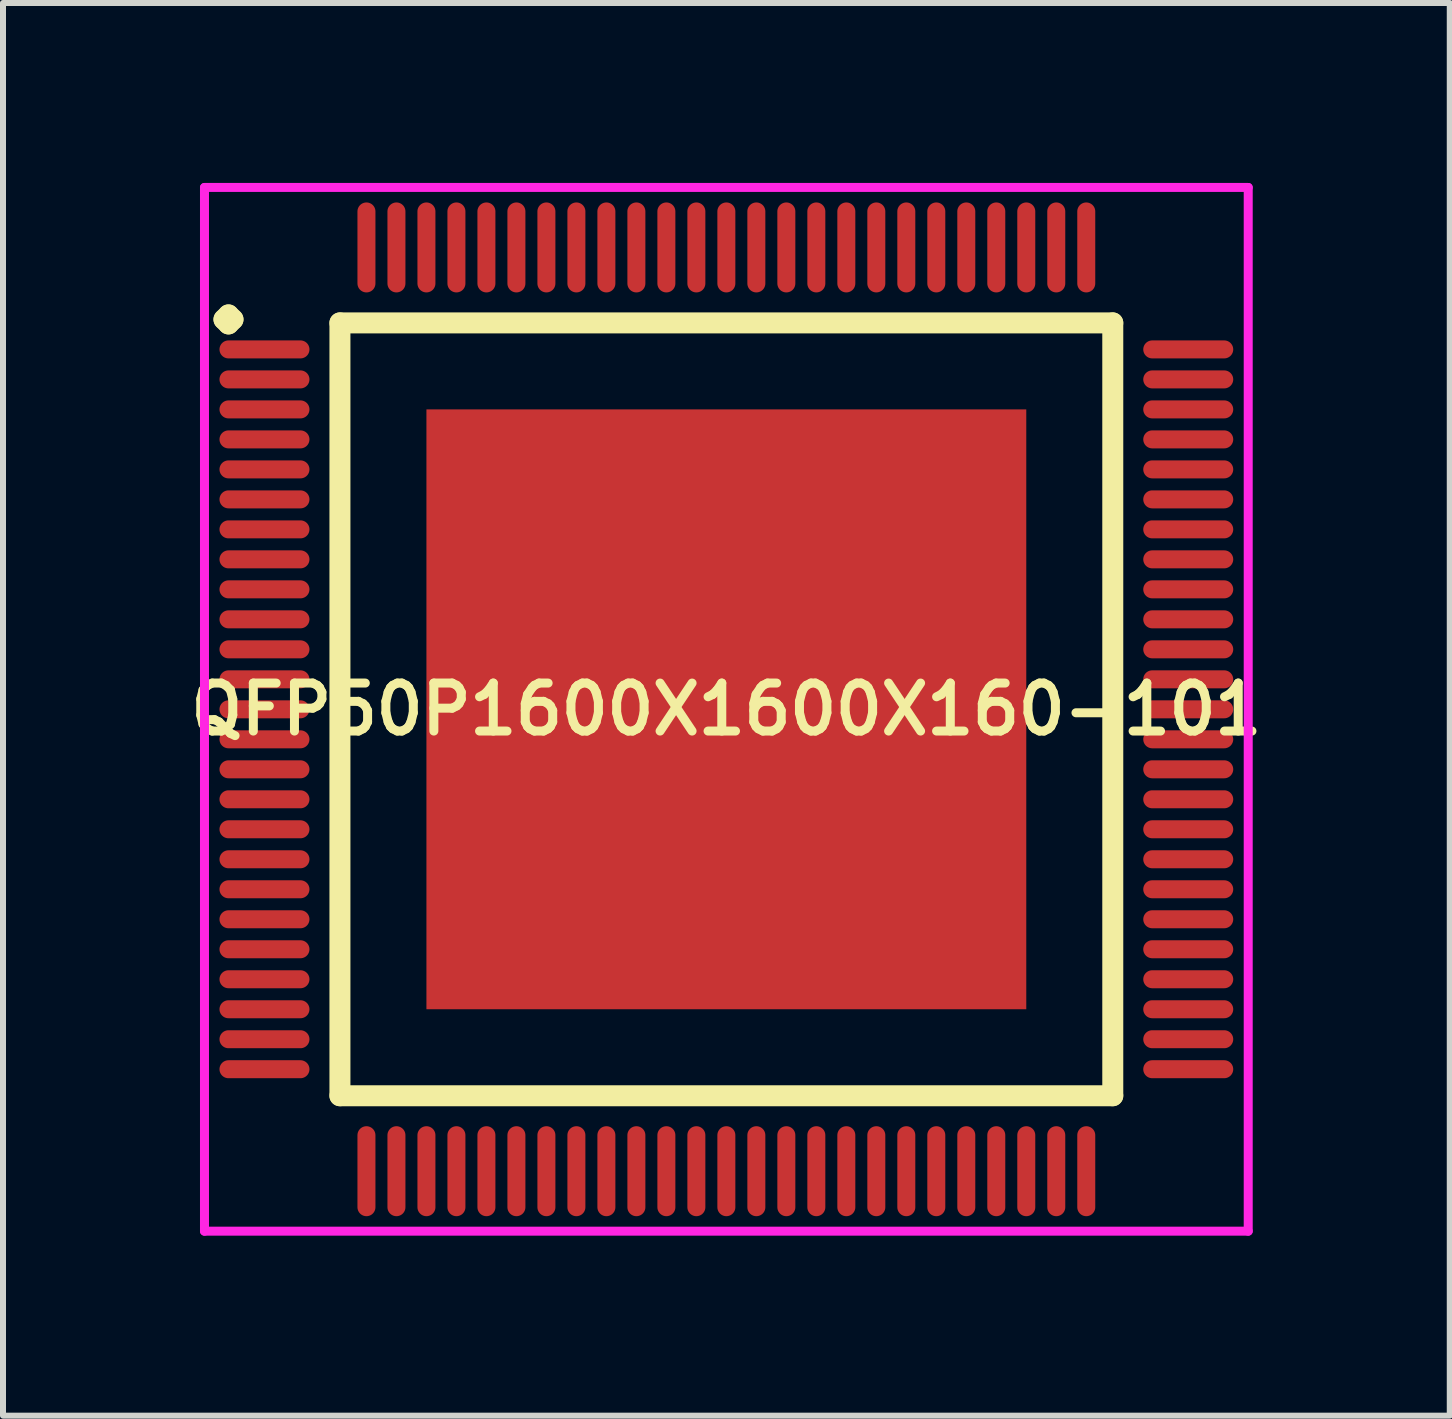
<source format=kicad_pcb>
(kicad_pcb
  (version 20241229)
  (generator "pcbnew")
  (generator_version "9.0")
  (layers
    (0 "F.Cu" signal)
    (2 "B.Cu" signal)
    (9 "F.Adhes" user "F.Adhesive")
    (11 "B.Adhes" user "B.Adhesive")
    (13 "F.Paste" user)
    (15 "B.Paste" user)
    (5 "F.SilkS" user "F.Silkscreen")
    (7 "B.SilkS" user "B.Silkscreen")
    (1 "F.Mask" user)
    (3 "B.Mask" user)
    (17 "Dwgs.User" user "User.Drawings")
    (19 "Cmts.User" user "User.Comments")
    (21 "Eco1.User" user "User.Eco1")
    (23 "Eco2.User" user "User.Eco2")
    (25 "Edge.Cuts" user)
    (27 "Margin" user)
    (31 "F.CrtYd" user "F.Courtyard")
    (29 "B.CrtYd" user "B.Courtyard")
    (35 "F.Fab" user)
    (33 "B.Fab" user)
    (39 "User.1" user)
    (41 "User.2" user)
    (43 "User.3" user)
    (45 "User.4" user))
  (footprint "QFP50P1600X1600X160-101"
    (layer "F.Cu")
    (at 9.059 8.775)
    (property "Reference" "QFP50P1600X1600X160-101" (at 0 0 0) (layer "F.SilkS") (effects (font (size 0.8 0.8) (thickness 0.15))))
    (attr smd)
    (fp_line (start -8.375 -6.5) (end -8.3 -6.575) (stroke (width 0.35) (type solid)) (layer "F.SilkS"))
    (fp_line (start -8.3 -6.575) (end -8.225 -6.5) (stroke (width 0.35) (type solid)) (layer "F.SilkS"))
    (fp_line (start -8.3 -6.425) (end -8.375 -6.5) (stroke (width 0.35) (type solid)) (layer "F.SilkS"))
    (fp_line (start -8.225 -6.5) (end -8.3 -6.425) (stroke (width 0.35) (type solid)) (layer "F.SilkS"))
    (fp_line (start -6.442 -6.442) (end -6.442 6.442) (stroke (width 0.35) (type solid)) (layer "F.SilkS"))
    (fp_line (start -6.442 6.442) (end 6.442 6.442) (stroke (width 0.35) (type solid)) (layer "F.SilkS"))
    (fp_line (start 6.442 -6.442) (end -6.442 -6.442) (stroke (width 0.35) (type solid)) (layer "F.SilkS"))
    (fp_line (start 6.442 6.442) (end 6.442 -6.442) (stroke (width 0.35) (type solid)) (layer "F.SilkS"))
    (fp_line (start -8.7 -8.7) (end 8.7 -8.7) (stroke (width 0.15) (type solid)) (layer "F.CrtYd"))
    (fp_line (start -8.7 8.7) (end -8.7 -8.7) (stroke (width 0.15) (type solid)) (layer "F.CrtYd"))
    (fp_line (start 8.7 -8.7) (end 8.7 8.7) (stroke (width 0.15) (type solid)) (layer "F.CrtYd"))
    (fp_line (start 8.7 8.7) (end -8.7 8.7) (stroke (width 0.15) (type solid)) (layer "F.CrtYd"))
    (pad "1" smd oval (at -7.7 -6) (size 1.5 0.3) (layers "F.Cu" "F.Mask" "F.Paste"))
    (pad "2" smd oval (at -7.7 -5.5) (size 1.5 0.3) (layers "F.Cu" "F.Mask" "F.Paste"))
    (pad "3" smd oval (at -7.7 -5) (size 1.5 0.3) (layers "F.Cu" "F.Mask" "F.Paste"))
    (pad "4" smd oval (at -7.7 -4.5) (size 1.5 0.3) (layers "F.Cu" "F.Mask" "F.Paste"))
    (pad "5" smd oval (at -7.7 -4) (size 1.5 0.3) (layers "F.Cu" "F.Mask" "F.Paste"))
    (pad "6" smd oval (at -7.7 -3.5) (size 1.5 0.3) (layers "F.Cu" "F.Mask" "F.Paste"))
    (pad "7" smd oval (at -7.7 -3) (size 1.5 0.3) (layers "F.Cu" "F.Mask" "F.Paste"))
    (pad "8" smd oval (at -7.7 -2.5) (size 1.5 0.3) (layers "F.Cu" "F.Mask" "F.Paste"))
    (pad "9" smd oval (at -7.7 -2) (size 1.5 0.3) (layers "F.Cu" "F.Mask" "F.Paste"))
    (pad "10" smd oval (at -7.7 -1.5) (size 1.5 0.3) (layers "F.Cu" "F.Mask" "F.Paste"))
    (pad "11" smd oval (at -7.7 -1) (size 1.5 0.3) (layers "F.Cu" "F.Mask" "F.Paste"))
    (pad "12" smd oval (at -7.7 -0.5) (size 1.5 0.3) (layers "F.Cu" "F.Mask" "F.Paste"))
    (pad "13" smd oval (at -7.7 0) (size 1.5 0.3) (layers "F.Cu" "F.Mask" "F.Paste"))
    (pad "14" smd oval (at -7.7 0.5) (size 1.5 0.3) (layers "F.Cu" "F.Mask" "F.Paste"))
    (pad "15" smd oval (at -7.7 1) (size 1.5 0.3) (layers "F.Cu" "F.Mask" "F.Paste"))
    (pad "16" smd oval (at -7.7 1.5) (size 1.5 0.3) (layers "F.Cu" "F.Mask" "F.Paste"))
    (pad "17" smd oval (at -7.7 2) (size 1.5 0.3) (layers "F.Cu" "F.Mask" "F.Paste"))
    (pad "18" smd oval (at -7.7 2.5) (size 1.5 0.3) (layers "F.Cu" "F.Mask" "F.Paste"))
    (pad "19" smd oval (at -7.7 3) (size 1.5 0.3) (layers "F.Cu" "F.Mask" "F.Paste"))
    (pad "20" smd oval (at -7.7 3.5) (size 1.5 0.3) (layers "F.Cu" "F.Mask" "F.Paste"))
    (pad "21" smd oval (at -7.7 4) (size 1.5 0.3) (layers "F.Cu" "F.Mask" "F.Paste"))
    (pad "22" smd oval (at -7.7 4.5) (size 1.5 0.3) (layers "F.Cu" "F.Mask" "F.Paste"))
    (pad "23" smd oval (at -7.7 5) (size 1.5 0.3) (layers "F.Cu" "F.Mask" "F.Paste"))
    (pad "24" smd oval (at -7.7 5.5) (size 1.5 0.3) (layers "F.Cu" "F.Mask" "F.Paste"))
    (pad "25" smd oval (at -7.7 6) (size 1.5 0.3) (layers "F.Cu" "F.Mask" "F.Paste"))
    (pad "26" smd oval (at -6 7.7) (size 0.3 1.5) (layers "F.Cu" "F.Mask" "F.Paste"))
    (pad "27" smd oval (at -5.5 7.7) (size 0.3 1.5) (layers "F.Cu" "F.Mask" "F.Paste"))
    (pad "28" smd oval (at -5 7.7) (size 0.3 1.5) (layers "F.Cu" "F.Mask" "F.Paste"))
    (pad "29" smd oval (at -4.5 7.7) (size 0.3 1.5) (layers "F.Cu" "F.Mask" "F.Paste"))
    (pad "30" smd oval (at -4 7.7) (size 0.3 1.5) (layers "F.Cu" "F.Mask" "F.Paste"))
    (pad "31" smd oval (at -3.5 7.7) (size 0.3 1.5) (layers "F.Cu" "F.Mask" "F.Paste"))
    (pad "32" smd oval (at -3 7.7) (size 0.3 1.5) (layers "F.Cu" "F.Mask" "F.Paste"))
    (pad "33" smd oval (at -2.5 7.7) (size 0.3 1.5) (layers "F.Cu" "F.Mask" "F.Paste"))
    (pad "34" smd oval (at -2 7.7) (size 0.3 1.5) (layers "F.Cu" "F.Mask" "F.Paste"))
    (pad "35" smd oval (at -1.5 7.7) (size 0.3 1.5) (layers "F.Cu" "F.Mask" "F.Paste"))
    (pad "36" smd oval (at -1 7.7) (size 0.3 1.5) (layers "F.Cu" "F.Mask" "F.Paste"))
    (pad "37" smd oval (at -0.5 7.7) (size 0.3 1.5) (layers "F.Cu" "F.Mask" "F.Paste"))
    (pad "38" smd oval (at 0 7.7) (size 0.3 1.5) (layers "F.Cu" "F.Mask" "F.Paste"))
    (pad "39" smd oval (at 0.5 7.7) (size 0.3 1.5) (layers "F.Cu" "F.Mask" "F.Paste"))
    (pad "40" smd oval (at 1 7.7) (size 0.3 1.5) (layers "F.Cu" "F.Mask" "F.Paste"))
    (pad "41" smd oval (at 1.5 7.7) (size 0.3 1.5) (layers "F.Cu" "F.Mask" "F.Paste"))
    (pad "42" smd oval (at 2 7.7) (size 0.3 1.5) (layers "F.Cu" "F.Mask" "F.Paste"))
    (pad "43" smd oval (at 2.5 7.7) (size 0.3 1.5) (layers "F.Cu" "F.Mask" "F.Paste"))
    (pad "44" smd oval (at 3 7.7) (size 0.3 1.5) (layers "F.Cu" "F.Mask" "F.Paste"))
    (pad "45" smd oval (at 3.5 7.7) (size 0.3 1.5) (layers "F.Cu" "F.Mask" "F.Paste"))
    (pad "46" smd oval (at 4 7.7) (size 0.3 1.5) (layers "F.Cu" "F.Mask" "F.Paste"))
    (pad "47" smd oval (at 4.5 7.7) (size 0.3 1.5) (layers "F.Cu" "F.Mask" "F.Paste"))
    (pad "48" smd oval (at 5 7.7) (size 0.3 1.5) (layers "F.Cu" "F.Mask" "F.Paste"))
    (pad "49" smd oval (at 5.5 7.7) (size 0.3 1.5) (layers "F.Cu" "F.Mask" "F.Paste"))
    (pad "50" smd oval (at 6 7.7) (size 0.3 1.5) (layers "F.Cu" "F.Mask" "F.Paste"))
    (pad "51" smd oval (at 7.7 6) (size 1.5 0.3) (layers "F.Cu" "F.Mask" "F.Paste"))
    (pad "52" smd oval (at 7.7 5.5) (size 1.5 0.3) (layers "F.Cu" "F.Mask" "F.Paste"))
    (pad "53" smd oval (at 7.7 5) (size 1.5 0.3) (layers "F.Cu" "F.Mask" "F.Paste"))
    (pad "54" smd oval (at 7.7 4.5) (size 1.5 0.3) (layers "F.Cu" "F.Mask" "F.Paste"))
    (pad "55" smd oval (at 7.7 4) (size 1.5 0.3) (layers "F.Cu" "F.Mask" "F.Paste"))
    (pad "56" smd oval (at 7.7 3.5) (size 1.5 0.3) (layers "F.Cu" "F.Mask" "F.Paste"))
    (pad "57" smd oval (at 7.7 3) (size 1.5 0.3) (layers "F.Cu" "F.Mask" "F.Paste"))
    (pad "58" smd oval (at 7.7 2.5) (size 1.5 0.3) (layers "F.Cu" "F.Mask" "F.Paste"))
    (pad "59" smd oval (at 7.7 2) (size 1.5 0.3) (layers "F.Cu" "F.Mask" "F.Paste"))
    (pad "60" smd oval (at 7.7 1.5) (size 1.5 0.3) (layers "F.Cu" "F.Mask" "F.Paste"))
    (pad "61" smd oval (at 7.7 1) (size 1.5 0.3) (layers "F.Cu" "F.Mask" "F.Paste"))
    (pad "62" smd oval (at 7.7 0.5) (size 1.5 0.3) (layers "F.Cu" "F.Mask" "F.Paste"))
    (pad "63" smd oval (at 7.7 0) (size 1.5 0.3) (layers "F.Cu" "F.Mask" "F.Paste"))
    (pad "64" smd oval (at 7.7 -0.5) (size 1.5 0.3) (layers "F.Cu" "F.Mask" "F.Paste"))
    (pad "65" smd oval (at 7.7 -1) (size 1.5 0.3) (layers "F.Cu" "F.Mask" "F.Paste"))
    (pad "66" smd oval (at 7.7 -1.5) (size 1.5 0.3) (layers "F.Cu" "F.Mask" "F.Paste"))
    (pad "67" smd oval (at 7.7 -2) (size 1.5 0.3) (layers "F.Cu" "F.Mask" "F.Paste"))
    (pad "68" smd oval (at 7.7 -2.5) (size 1.5 0.3) (layers "F.Cu" "F.Mask" "F.Paste"))
    (pad "69" smd oval (at 7.7 -3) (size 1.5 0.3) (layers "F.Cu" "F.Mask" "F.Paste"))
    (pad "70" smd oval (at 7.7 -3.5) (size 1.5 0.3) (layers "F.Cu" "F.Mask" "F.Paste"))
    (pad "71" smd oval (at 7.7 -4) (size 1.5 0.3) (layers "F.Cu" "F.Mask" "F.Paste"))
    (pad "72" smd oval (at 7.7 -4.5) (size 1.5 0.3) (layers "F.Cu" "F.Mask" "F.Paste"))
    (pad "73" smd oval (at 7.7 -5) (size 1.5 0.3) (layers "F.Cu" "F.Mask" "F.Paste"))
    (pad "74" smd oval (at 7.7 -5.5) (size 1.5 0.3) (layers "F.Cu" "F.Mask" "F.Paste"))
    (pad "75" smd oval (at 7.7 -6) (size 1.5 0.3) (layers "F.Cu" "F.Mask" "F.Paste"))
    (pad "76" smd oval (at 6 -7.7) (size 0.3 1.5) (layers "F.Cu" "F.Mask" "F.Paste"))
    (pad "77" smd oval (at 5.5 -7.7) (size 0.3 1.5) (layers "F.Cu" "F.Mask" "F.Paste"))
    (pad "78" smd oval (at 5 -7.7) (size 0.3 1.5) (layers "F.Cu" "F.Mask" "F.Paste"))
    (pad "79" smd oval (at 4.5 -7.7) (size 0.3 1.5) (layers "F.Cu" "F.Mask" "F.Paste"))
    (pad "80" smd oval (at 4 -7.7) (size 0.3 1.5) (layers "F.Cu" "F.Mask" "F.Paste"))
    (pad "81" smd oval (at 3.5 -7.7) (size 0.3 1.5) (layers "F.Cu" "F.Mask" "F.Paste"))
    (pad "82" smd oval (at 3 -7.7) (size 0.3 1.5) (layers "F.Cu" "F.Mask" "F.Paste"))
    (pad "83" smd oval (at 2.5 -7.7) (size 0.3 1.5) (layers "F.Cu" "F.Mask" "F.Paste"))
    (pad "84" smd oval (at 2 -7.7) (size 0.3 1.5) (layers "F.Cu" "F.Mask" "F.Paste"))
    (pad "85" smd oval (at 1.5 -7.7) (size 0.3 1.5) (layers "F.Cu" "F.Mask" "F.Paste"))
    (pad "86" smd oval (at 1 -7.7) (size 0.3 1.5) (layers "F.Cu" "F.Mask" "F.Paste"))
    (pad "87" smd oval (at 0.5 -7.7) (size 0.3 1.5) (layers "F.Cu" "F.Mask" "F.Paste"))
    (pad "88" smd oval (at 0 -7.7) (size 0.3 1.5) (layers "F.Cu" "F.Mask" "F.Paste"))
    (pad "89" smd oval (at -0.5 -7.7) (size 0.3 1.5) (layers "F.Cu" "F.Mask" "F.Paste"))
    (pad "90" smd oval (at -1 -7.7) (size 0.3 1.5) (layers "F.Cu" "F.Mask" "F.Paste"))
    (pad "91" smd oval (at -1.5 -7.7) (size 0.3 1.5) (layers "F.Cu" "F.Mask" "F.Paste"))
    (pad "92" smd oval (at -2 -7.7) (size 0.3 1.5) (layers "F.Cu" "F.Mask" "F.Paste"))
    (pad "93" smd oval (at -2.5 -7.7) (size 0.3 1.5) (layers "F.Cu" "F.Mask" "F.Paste"))
    (pad "94" smd oval (at -3 -7.7) (size 0.3 1.5) (layers "F.Cu" "F.Mask" "F.Paste"))
    (pad "95" smd oval (at -3.5 -7.7) (size 0.3 1.5) (layers "F.Cu" "F.Mask" "F.Paste"))
    (pad "96" smd oval (at -4 -7.7) (size 0.3 1.5) (layers "F.Cu" "F.Mask" "F.Paste"))
    (pad "97" smd oval (at -4.5 -7.7) (size 0.3 1.5) (layers "F.Cu" "F.Mask" "F.Paste"))
    (pad "98" smd oval (at -5 -7.7) (size 0.3 1.5) (layers "F.Cu" "F.Mask" "F.Paste"))
    (pad "99" smd oval (at -5.5 -7.7) (size 0.3 1.5) (layers "F.Cu" "F.Mask" "F.Paste"))
    (pad "100" smd oval (at -6 -7.7) (size 0.3 1.5) (layers "F.Cu" "F.Mask" "F.Paste"))
    (pad "101" smd rect (at 0 0) (size 10 10) (layers "F.Cu" "F.Mask" "F.Paste")))
  (gr_rect
    (start -3 -3)
    (end 21.119 20.55)
    (stroke (width 0.1) (type default))
    (fill no)
    (layer "Edge.Cuts")))
</source>
